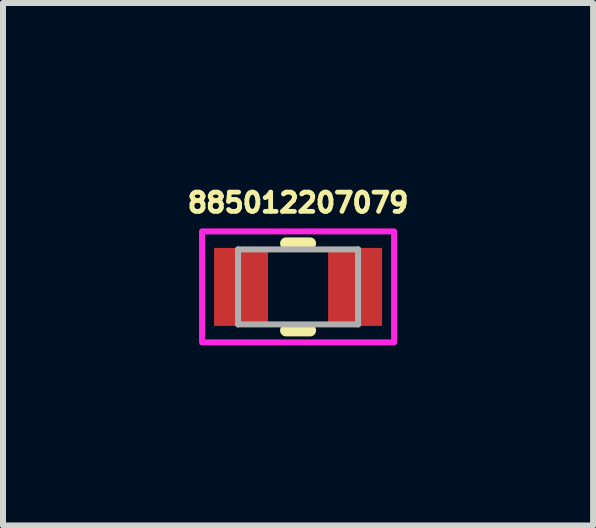
<source format=kicad_pcb>
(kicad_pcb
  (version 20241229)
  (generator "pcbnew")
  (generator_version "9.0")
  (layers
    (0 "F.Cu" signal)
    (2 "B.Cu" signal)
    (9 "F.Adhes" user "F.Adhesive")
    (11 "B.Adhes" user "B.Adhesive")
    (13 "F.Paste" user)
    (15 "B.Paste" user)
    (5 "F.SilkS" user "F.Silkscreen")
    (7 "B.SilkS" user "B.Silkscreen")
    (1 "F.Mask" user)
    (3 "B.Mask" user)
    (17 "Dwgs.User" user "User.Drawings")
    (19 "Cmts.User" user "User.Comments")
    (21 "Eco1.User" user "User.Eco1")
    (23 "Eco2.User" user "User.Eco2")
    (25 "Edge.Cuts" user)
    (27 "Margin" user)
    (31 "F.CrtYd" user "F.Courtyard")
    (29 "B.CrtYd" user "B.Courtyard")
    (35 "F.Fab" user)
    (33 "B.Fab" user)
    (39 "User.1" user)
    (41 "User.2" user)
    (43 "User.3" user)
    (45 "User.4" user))
  (footprint "885012207079"
    (layer "F.Cu")
    (at 1.917 1.731)
    (property "Reference" "885012207079" (at 0 -1.403 0) (layer "F.SilkS") (effects (font (size 0.32 0.32) (thickness 0.08))))
    (attr smd)
    (fp_line (start -0.2 -0.725) (end 0.2 -0.725) (stroke (width 0.2) (type solid)) (layer "F.SilkS"))
    (fp_line (start -0.2 0.725) (end 0.2 0.725) (stroke (width 0.2) (type solid)) (layer "F.SilkS"))
    (fp_poly (pts (xy -1.6 -0.925) (xy 1.6 -0.925) (xy 1.6 0.925) (xy -1.6 0.925)) (stroke (width 0.1) (type solid)) (fill no) (layer "F.CrtYd"))
    (fp_line (start -1 -0.625) (end -1 0.625) (stroke (width 0.1) (type solid)) (layer "F.Fab"))
    (fp_line (start -1 -0.625) (end 1 -0.625) (stroke (width 0.1) (type solid)) (layer "F.Fab"))
    (fp_line (start -1 0.625) (end 1 0.625) (stroke (width 0.1) (type solid)) (layer "F.Fab"))
    (fp_line (start 1 0.625) (end 1 -0.625) (stroke (width 0.1) (type solid)) (layer "F.Fab"))
    (pad "1" smd rect (at -0.95 0) (size 0.9 1.3) (layers "F.Cu" "F.Mask" "F.Paste"))
    (pad "2" smd rect (at 0.95 0) (size 0.9 1.3) (layers "F.Cu" "F.Mask" "F.Paste")))
  (gr_rect
    (start -3 -3)
    (end 6.833 5.706)
    (stroke (width 0.1) (type default))
    (fill no)
    (layer "Edge.Cuts")))
</source>
